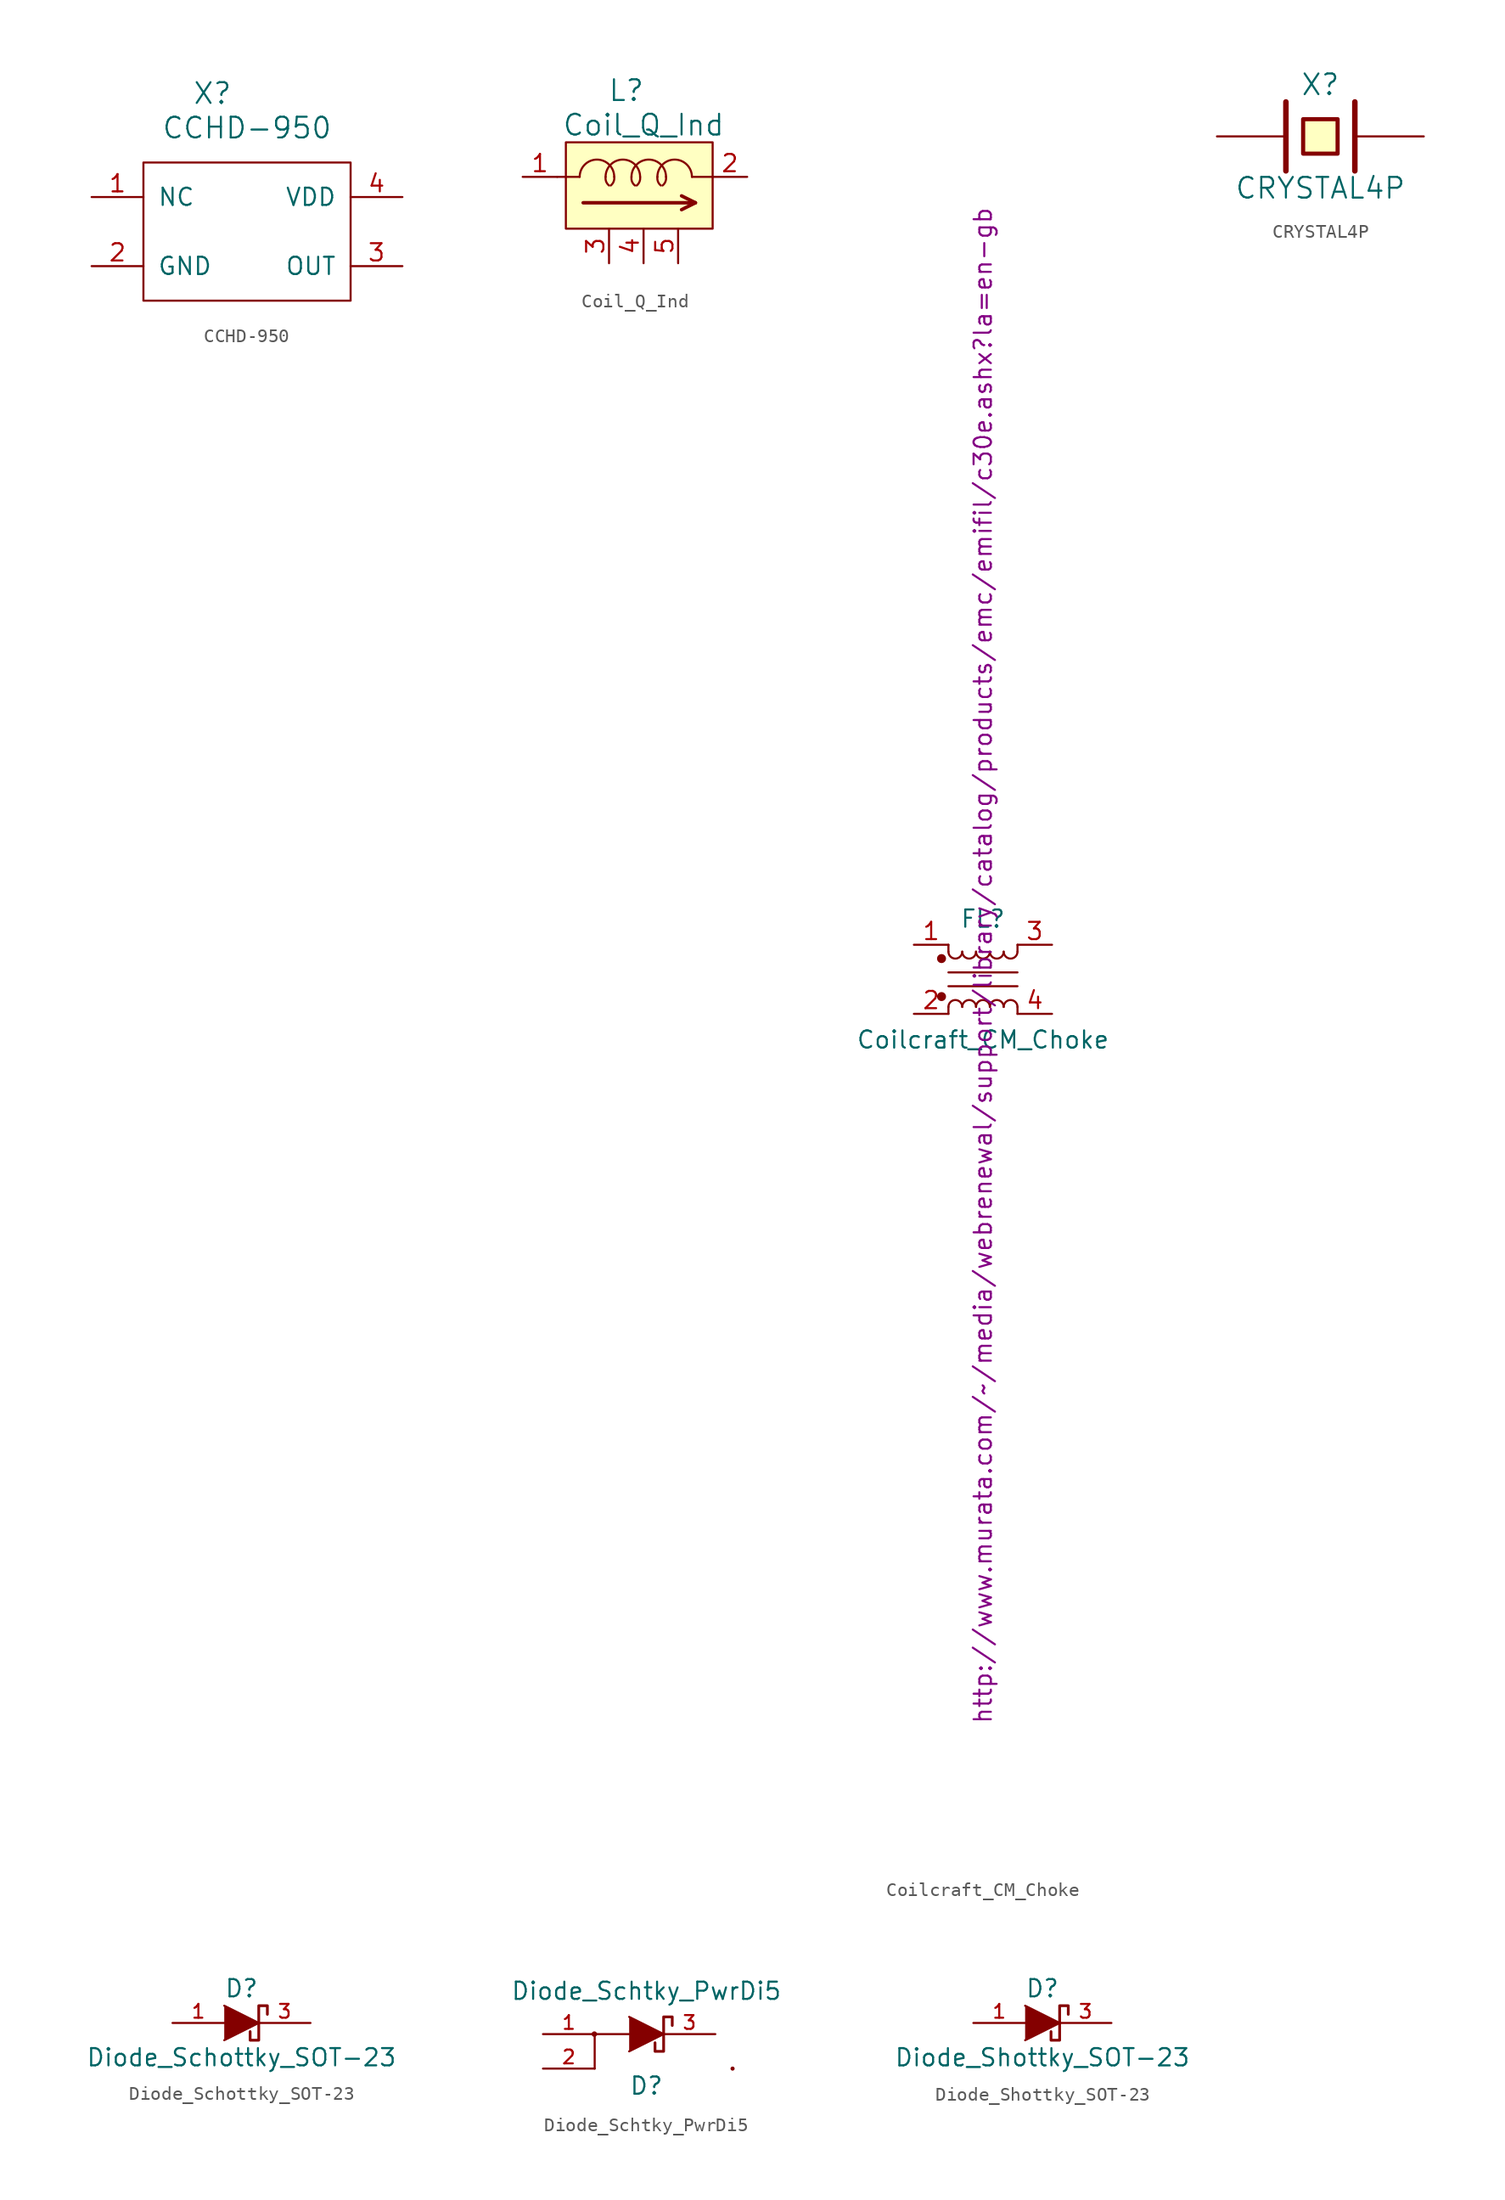
<source format=kicad_sym>
(kicad_symbol_lib
  (version 20231120)
  (generator "kicad_symbol_editor")
  (generator_version "8.0")
  (symbol "CCHD-950"
    (pin_names
      (offset 1.016))
    (property "Reference" "X"
      (at -2.54 10.16 0)
      (effects (font (size 1.524 1.524))))
    (property "Value" "CCHD-950"
      (at 0 7.62 0)
      (effects (font (size 1.524 1.524))))
    (property "Footprint" ""
      (at 0 0 0)
      (effects (font (size 1.524 1.524))))
    (property "Datasheet" ""
      (at 0 0 0)
      (effects (font (size 1.524 1.524))))
    (symbol "CCHD-950_0_1"
      (rectangle (start -7.62 5.08) (end 7.62 -5.08) (stroke (width 0) (type default)) (fill (type none))))
    (symbol "CCHD-950_1_1"
      (pin input line (at -11.43 2.54 0) (length 3.81) (name "NC" (effects (font (size 1.27 1.27)))) (number "1" (effects (font (size 1.27 1.27)))))
      (pin input line (at -11.43 -2.54 0) (length 3.81) (name "GND" (effects (font (size 1.27 1.27)))) (number "2" (effects (font (size 1.27 1.27)))))
      (pin input line (at 11.43 -2.54 180) (length 3.81) (name "OUT" (effects (font (size 1.27 1.27)))) (number "3" (effects (font (size 1.27 1.27)))))
      (pin input line (at 11.43 2.54 180) (length 3.81) (name "VDD" (effects (font (size 1.27 1.27)))) (number "4" (effects (font (size 1.27 1.27)))))))
  (symbol "Coil_Q_Ind"
    (pin_names
      (offset 1.016) hide)
    (property "Reference" "L"
      (at -1.27 6.35 0)
      (effects (font (size 1.524 1.524))))
    (property "Value" "Coil_Q_Ind"
      (at 0 3.81 0)
      (effects (font (size 1.524 1.524))))
    (property "Footprint" ""
      (at -0.635 0.254 90)
      (effects (font (size 1.524 1.524))))
    (property "Datasheet" ""
      (at -0.635 0.254 90)
      (effects (font (size 1.524 1.524))))
    (symbol "Coil_Q_Ind_0_1"
      (arc (start -2.794 0) (mid -2.7532 -0.3516) (end -2.54 -0.635) (stroke (width 0) (type default)) (fill (type none)))
      (arc (start -2.413 -0.635) (mid -2.2022 -0.3501) (end -2.159 0) (stroke (width 0) (type default)) (fill (type none)))
      (arc (start -2.159 0) (mid -3.429 1.2645) (end -4.699 0) (stroke (width 0) (type default)) (fill (type none)))
      (arc (start -0.889 0) (mid -0.8482 -0.3516) (end -0.635 -0.635) (stroke (width 0) (type default)) (fill (type none)))
      (arc (start -0.508 -0.635) (mid -0.2972 -0.3501) (end -0.254 0) (stroke (width 0) (type default)) (fill (type none)))
      (arc (start -0.254 0) (mid -1.524 1.2645) (end -2.794 0) (stroke (width 0) (type default)) (fill (type none)))
      (polyline (pts (xy -4.699 0) (xy -6.35 0)) (stroke (width 0) (type default)) (fill (type none)))
      (polyline (pts (xy -4.445 -1.905) (xy 3.81 -1.905)) (stroke (width 0.254) (type default)) (fill (type none)))
      (polyline (pts (xy 3.556 0) (xy 5.08 0)) (stroke (width 0) (type default)) (fill (type none)))
      (polyline (pts (xy 3.81 -1.905) (xy 2.794 -2.413)) (stroke (width 0.254) (type default)) (fill (type none)))
      (polyline (pts (xy 3.81 -1.905) (xy 2.794 -1.397)) (stroke (width 0.254) (type default)) (fill (type none)))
      (polyline (pts (xy -5.715 -0.635) (xy -5.715 2.54) (xy 5.08 2.54) (xy 5.08 -3.81) (xy -5.715 -3.81) (xy -5.715 -0.635)) (stroke (width 0) (type default)) (fill (type background)))
      (arc (start 1.016 0) (mid 1.0568 -0.3516) (end 1.27 -0.635) (stroke (width 0) (type default)) (fill (type none)))
      (arc (start 1.397 -0.635) (mid 1.6078 -0.3501) (end 1.651 0) (stroke (width 0) (type default)) (fill (type none)))
      (arc (start 1.651 0) (mid 0.381 1.2645) (end -0.889 0) (stroke (width 0) (type default)) (fill (type none)))
      (arc (start 3.556 0) (mid 2.286 1.2645) (end 1.016 0) (stroke (width 0) (type default)) (fill (type none))))
    (symbol "Coil_Q_Ind_1_1"
      (pin input line (at -8.89 0 0) (length 2.54) (name "1" (effects (font (size 1.27 1.27)))) (number "1" (effects (font (size 1.27 1.27)))))
      (pin input line (at 7.62 0 180) (length 2.54) (name "2" (effects (font (size 1.27 1.27)))) (number "2" (effects (font (size 1.27 1.27)))))
      (pin input line (at -2.54 -6.35 90) (length 2.54) (name "3" (effects (font (size 1.27 1.27)))) (number "3" (effects (font (size 1.27 1.27)))))
      (pin input line (at 0 -6.35 90) (length 2.54) (name "4" (effects (font (size 1.27 1.27)))) (number "4" (effects (font (size 1.27 1.27)))))
      (pin input line (at 2.54 -6.35 90) (length 2.54) (name "5" (effects (font (size 1.27 1.27)))) (number "5" (effects (font (size 1.27 1.27)))))))
  (symbol "Coilcraft_CM_Choke"
    (pin_names
      (offset 0.254) hide)
    (property "Reference" "FL"
      (at 0 4.445 0)
      (effects (font (size 1.27 1.27))))
    (property "Value" "Coilcraft_CM_Choke"
      (at 0 -4.445 0)
      (effects (font (size 1.27 1.27))))
    (property "Footprint" ""
      (at 0 1.016 90)
      (effects (font (size 1.27 1.27))))
    (property "Datasheet" "http://www.murata.com/~/media/webrenewal/support/library/catalog/products/emc/emifil/c30e.ashx?la=en-gb"
      (at 0 1.016 90)
      (effects (font (size 1.27 1.27))))
    (symbol "Coilcraft_CM_Choke_0_1"
      (circle (center -3.048 -1.27) (radius 0.254) (stroke (width 0) (type default)) (fill (type outline)))
      (circle (center -3.048 1.524) (radius 0.254) (stroke (width 0) (type default)) (fill (type outline)))
      (arc (start -2.54 2.032) (mid -2.032 1.5262) (end -1.524 2.032) (stroke (width 0) (type default)) (fill (type none)))
      (arc (start -1.524 -2.032) (mid -2.032 -1.5262) (end -2.54 -2.032) (stroke (width 0) (type default)) (fill (type none)))
      (arc (start -1.524 2.032) (mid -1.016 1.5262) (end -0.508 2.032) (stroke (width 0) (type default)) (fill (type none)))
      (arc (start -0.508 -2.032) (mid -1.016 -1.5262) (end -1.524 -2.032) (stroke (width 0) (type default)) (fill (type none)))
      (arc (start -0.508 2.032) (mid 0 1.5262) (end 0.508 2.032) (stroke (width 0) (type default)) (fill (type none)))
      (polyline (pts (xy -2.54 -2.032) (xy -2.54 -2.54)) (stroke (width 0) (type default)) (fill (type none)))
      (polyline (pts (xy -2.54 0.508) (xy 2.54 0.508)) (stroke (width 0) (type default)) (fill (type none)))
      (polyline (pts (xy -2.54 2.032) (xy -2.54 2.54)) (stroke (width 0) (type default)) (fill (type none)))
      (polyline (pts (xy 2.54 -2.032) (xy 2.54 -2.54)) (stroke (width 0) (type default)) (fill (type none)))
      (polyline (pts (xy 2.54 -0.508) (xy -2.54 -0.508)) (stroke (width 0) (type default)) (fill (type none)))
      (polyline (pts (xy 2.54 2.54) (xy 2.54 2.032)) (stroke (width 0) (type default)) (fill (type none)))
      (arc (start 0.508 -2.032) (mid 0 -1.5262) (end -0.508 -2.032) (stroke (width 0) (type default)) (fill (type none)))
      (arc (start 0.508 2.032) (mid 1.016 1.5262) (end 1.524 2.032) (stroke (width 0) (type default)) (fill (type none)))
      (arc (start 1.524 -2.032) (mid 1.016 -1.5262) (end 0.508 -2.032) (stroke (width 0) (type default)) (fill (type none)))
      (arc (start 1.524 2.032) (mid 2.032 1.5262) (end 2.54 2.032) (stroke (width 0) (type default)) (fill (type none)))
      (arc (start 2.54 -2.032) (mid 2.032 -1.5262) (end 1.524 -2.032) (stroke (width 0) (type default)) (fill (type none))))
    (symbol "Coilcraft_CM_Choke_1_1"
      (pin passive line (at -5.08 2.54 0) (length 2.54) (name "1" (effects (font (size 1.27 1.27)))) (number "1" (effects (font (size 1.27 1.27)))))
      (pin passive line (at -5.08 -2.54 0) (length 2.54) (name "2" (effects (font (size 1.27 1.27)))) (number "2" (effects (font (size 1.27 1.27)))))
      (pin passive line (at 5.08 2.54 180) (length 2.54) (name "3" (effects (font (size 1.27 1.27)))) (number "3" (effects (font (size 1.27 1.27)))))
      (pin passive line (at 5.08 -2.54 180) (length 2.54) (name "4" (effects (font (size 1.27 1.27)))) (number "4" (effects (font (size 1.27 1.27)))))))
  (symbol "CRYSTAL4P"
    (pin_numbers hide)
    (pin_names
      (offset 1.016) hide)
    (property "Reference" "X"
      (at 0 3.81 0)
      (effects (font (size 1.524 1.524))))
    (property "Value" "CRYSTAL4P"
      (at 0 -3.81 0)
      (effects (font (size 1.524 1.524))))
    (property "Footprint" ""
      (at 0 0 0)
      (effects (font (size 1.524 1.524))))
    (property "Datasheet" ""
      (at 0 0 0)
      (effects (font (size 1.524 1.524))))
    (symbol "CRYSTAL4P_0_1"
      (polyline (pts (xy -2.54 2.54) (xy -2.54 -2.54)) (stroke (width 0.406) (type default)) (fill (type none)))
      (polyline (pts (xy 2.54 2.54) (xy 2.54 -2.54)) (stroke (width 0.406) (type default)) (fill (type none)))
      (polyline (pts (xy -1.27 1.27) (xy 1.27 1.27) (xy 1.27 -1.27) (xy -1.27 -1.27) (xy -1.27 1.27)) (stroke (width 0.305) (type default)) (fill (type background))))
    (symbol "CRYSTAL4P_1_1"
      (pin passive line (at -7.62 0 0) (length 5.08) (name "1" (effects (font (size 1.016 1.016)))) (number "1" (effects (font (size 1.016 1.016)))))
      (pin passive line (at 7.62 0 180) (length 5.08) (name "3" (effects (font (size 1.016 1.016)))) (number "3" (effects (font (size 1.016 1.016)))))))
  (symbol "Diode_Schottky_SOT-23"
    (pin_names
      (offset 1.016) hide)
    (property "Reference" "D"
      (at 0 2.54 0)
      (effects (font (size 1.27 1.27))))
    (property "Value" "Diode_Schottky_SOT-23"
      (at 0 -2.54 0)
      (effects (font (size 1.27 1.27))))
    (property "Footprint" ""
      (at 0 0 0)
      (effects (font (size 1.524 1.524))))
    (property "Datasheet" ""
      (at 0 0 0)
      (effects (font (size 1.524 1.524))))
    (symbol "Diode_Schottky_SOT-23_0_1"
      (polyline (pts (xy -1.27 1.27) (xy 1.27 0) (xy -1.27 -1.27)) (stroke (width 0) (type default)) (fill (type outline)))
      (polyline (pts (xy 1.905 0.635) (xy 1.905 1.27) (xy 1.27 1.27) (xy 1.27 -1.27) (xy 0.635 -1.27) (xy 0.635 -0.635)) (stroke (width 0.203) (type default)) (fill (type none))))
    (symbol "Diode_Schottky_SOT-23_1_1"
      (pin passive line (at -5.08 0 0) (length 3.81) (name "A" (effects (font (size 1.016 1.016)))) (number "1" (effects (font (size 1.016 1.016)))))
      (pin passive line (at 5.08 0 180) (length 3.81) (name "K" (effects (font (size 1.016 1.016)))) (number "3" (effects (font (size 1.016 1.016)))))))
  (symbol "Diode_Schtky_PwrDi5"
    (pin_names
      (offset 1.016))
    (property "Reference" "D"
      (at 0 -7.62 0)
      (effects (font (size 1.27 1.27))))
    (property "Value" "Diode_Schtky_PwrDi5"
      (at 0 -0.635 0)
      (effects (font (size 1.27 1.27))))
    (symbol "Diode_Schtky_PwrDi5_0_1"
      (circle (center -3.835 -3.81) (radius 0.127) (stroke (width 0) (type default)) (fill (type none)))
      (polyline (pts (xy -3.81 -3.81) (xy -1.27 -3.81)) (stroke (width 0) (type default)) (fill (type none)))
      (polyline (pts (xy -3.81 -4.191) (xy -3.81 -3.81) (xy -3.81 -6.35)) (stroke (width 0) (type default)) (fill (type none)))
      (circle (center 6.35 -6.35) (radius 0.0001) (stroke (width 0) (type default)) (fill (type none))))
    (symbol "Diode_Schtky_PwrDi5_1_1"
      (polyline (pts (xy -1.27 -2.54) (xy 1.27 -3.81) (xy -1.27 -5.08)) (stroke (width 0) (type default)) (fill (type outline)))
      (polyline (pts (xy 1.905 -3.175) (xy 1.905 -2.54) (xy 1.27 -2.54) (xy 1.27 -5.08) (xy 0.635 -5.08) (xy 0.635 -4.445)) (stroke (width 0.203) (type default)) (fill (type none)))
      (pin passive line (at -7.62 -3.81 0) (length 3.81) (name "~" (effects (font (size 1.016 1.016)))) (number "1" (effects (font (size 1.016 1.016)))))
      (pin passive line (at -7.62 -6.35 0) (length 3.81) (name "~" (effects (font (size 1.016 1.016)))) (number "2" (effects (font (size 1.016 1.016)))))
      (pin passive line (at 5.08 -3.81 180) (length 3.81) (name "~" (effects (font (size 1.016 1.016)))) (number "3" (effects (font (size 1.016 1.016)))))))
  (symbol "Diode_Shottky_SOT-23"
    (pin_names
      (offset 1.016) hide)
    (property "Reference" "D"
      (at 0 2.54 0)
      (effects (font (size 1.27 1.27))))
    (property "Value" "Diode_Shottky_SOT-23"
      (at 0 -2.54 0)
      (effects (font (size 1.27 1.27))))
    (property "Footprint" ""
      (at 0 0 0)
      (effects (font (size 1.524 1.524))))
    (property "Datasheet" ""
      (at 0 0 0)
      (effects (font (size 1.524 1.524))))
    (symbol "Diode_Shottky_SOT-23_0_1"
      (polyline (pts (xy -1.27 1.27) (xy 1.27 0) (xy -1.27 -1.27)) (stroke (width 0) (type default)) (fill (type outline)))
      (polyline (pts (xy 1.905 0.635) (xy 1.905 1.27) (xy 1.27 1.27) (xy 1.27 -1.27) (xy 0.635 -1.27) (xy 0.635 -0.635)) (stroke (width 0.203) (type default)) (fill (type none))))
    (symbol "Diode_Shottky_SOT-23_1_1"
      (pin passive line (at -5.08 0 0) (length 3.81) (name "A" (effects (font (size 1.016 1.016)))) (number "1" (effects (font (size 1.016 1.016)))))
      (pin passive line (at 5.08 0 180) (length 3.81) (name "K" (effects (font (size 1.016 1.016)))) (number "3" (effects (font (size 1.016 1.016))))))))
</source>
